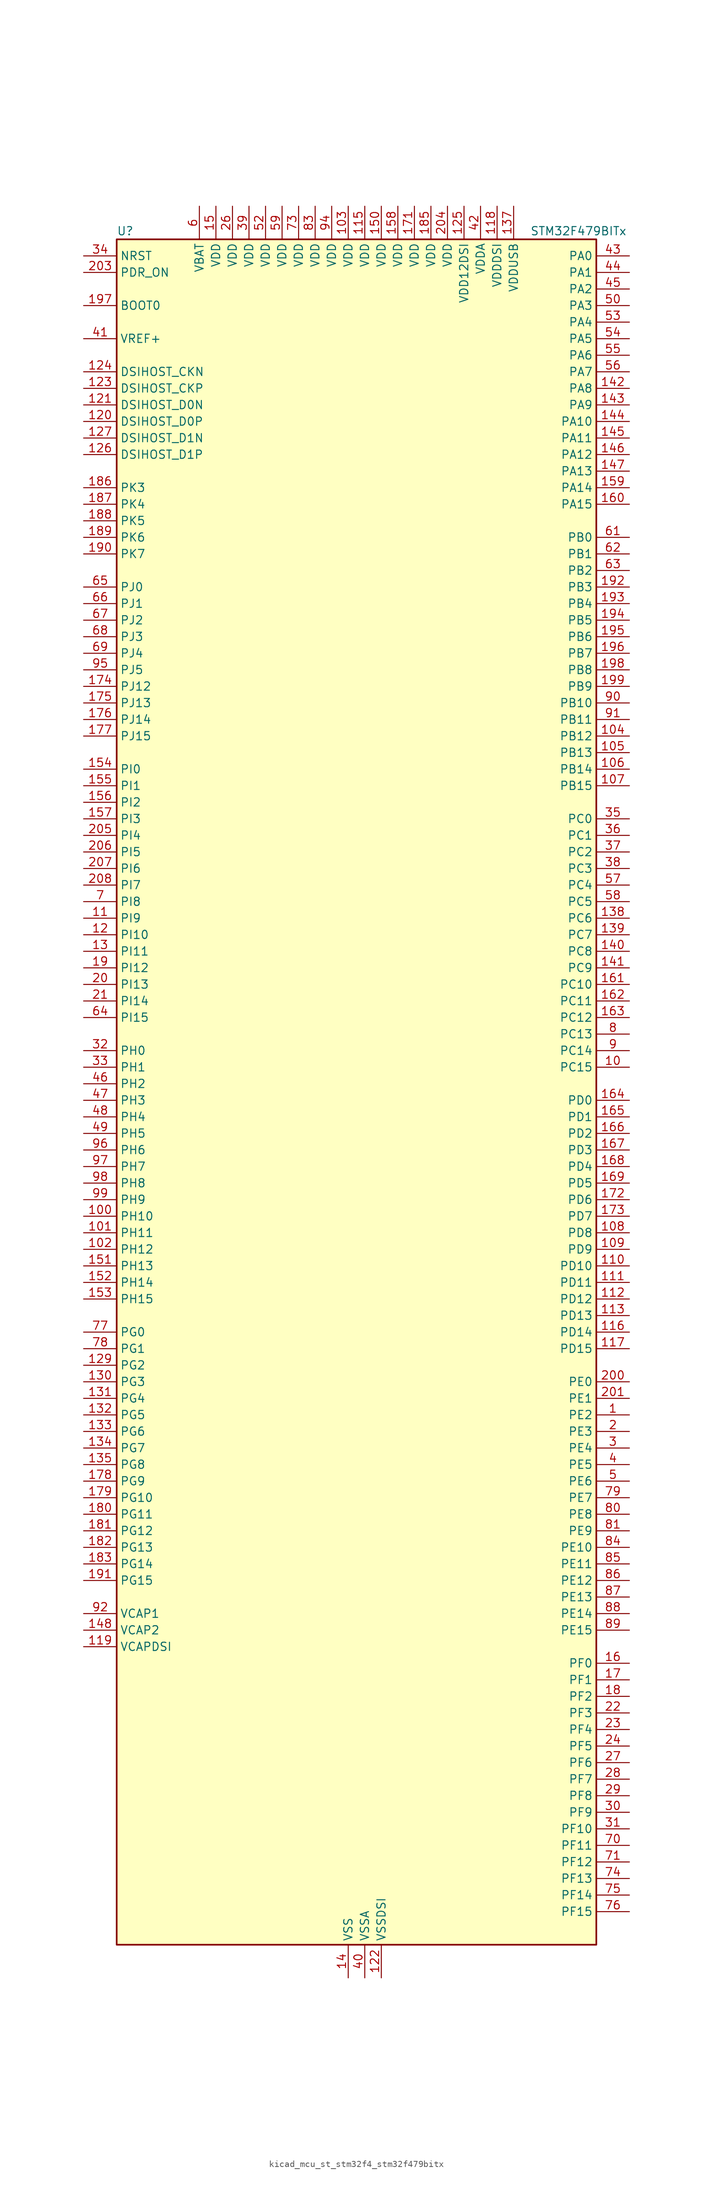
<source format=kicad_sym>
(kicad_symbol_lib
  (version 20220914)
  (generator kicad_symbol_editor)
  (symbol "kicad_mcu_st_stm32f4_stm32f479bitx"
    (property "Reference" "U"
      (at -35.56 133.35 0)
      (effects (font (size 1.27 1.27)) (justify left)))
    (property "Value" "STM32F479BITx"
      (at 27.94 133.35 0)
      (effects (font (size 1.27 1.27)) (justify left)))
    (property "ki_locked" ""
      (at 0 0 0)
      (effects (font (size 1.27 1.27))))
    (symbol "kicad_mcu_st_stm32f4_stm32f479bitx_0_1"
      (rectangle (start -35.56 -129.54) (end 38.1 132.08) (stroke (width 0.254) (type default)) (fill (type background))))
    (symbol "kicad_mcu_st_stm32f4_stm32f479bitx_1_1"
      (pin bidirectional line (at 43.18 -48.26 180) (length 5.08) (name "PE2" (effects (font (size 1.27 1.27)))) (number "1" (effects (font (size 1.27 1.27)))) (alternate "ETH_TXD3" bidirectional line) (alternate "FMC_A23" bidirectional line) (alternate "QUADSPI_BK1_IO2" bidirectional line) (alternate "SAI1_MCLK_A" bidirectional line) (alternate "SPI4_SCK" bidirectional line) (alternate "SYS_TRACECLK" bidirectional line))
      (pin bidirectional line (at 43.18 5.08 180) (length 5.08) (name "PC15" (effects (font (size 1.27 1.27)))) (number "10" (effects (font (size 1.27 1.27)))) (alternate "ADC1_EXTI15" bidirectional line) (alternate "ADC2_EXTI15" bidirectional line) (alternate "ADC3_EXTI15" bidirectional line) (alternate "RCC_OSC32_OUT" bidirectional line))
      (pin bidirectional line (at -40.64 -17.78 0) (length 5.08) (name "PH10" (effects (font (size 1.27 1.27)))) (number "100" (effects (font (size 1.27 1.27)))) (alternate "DCMI_D1" bidirectional line) (alternate "FMC_D18" bidirectional line) (alternate "LTDC_R4" bidirectional line) (alternate "TIM5_CH1" bidirectional line))
      (pin bidirectional line (at -40.64 -20.32 0) (length 5.08) (name "PH11" (effects (font (size 1.27 1.27)))) (number "101" (effects (font (size 1.27 1.27)))) (alternate "ADC1_EXTI11" bidirectional line) (alternate "ADC2_EXTI11" bidirectional line) (alternate "ADC3_EXTI11" bidirectional line) (alternate "DCMI_D2" bidirectional line) (alternate "FMC_D19" bidirectional line) (alternate "LTDC_R5" bidirectional line) (alternate "TIM5_CH2" bidirectional line))
      (pin bidirectional line (at -40.64 -22.86 0) (length 5.08) (name "PH12" (effects (font (size 1.27 1.27)))) (number "102" (effects (font (size 1.27 1.27)))) (alternate "DCMI_D3" bidirectional line) (alternate "FMC_D20" bidirectional line) (alternate "LTDC_R6" bidirectional line) (alternate "TIM5_CH3" bidirectional line))
      (pin power_in line (at 0 137.16 270) (length 5.08) (name "VDD" (effects (font (size 1.27 1.27)))) (number "103" (effects (font (size 1.27 1.27)))))
      (pin bidirectional line (at 43.18 55.88 180) (length 5.08) (name "PB12" (effects (font (size 1.27 1.27)))) (number "104" (effects (font (size 1.27 1.27)))) (alternate "CAN2_RX" bidirectional line) (alternate "ETH_TXD0" bidirectional line) (alternate "I2C2_SMBA" bidirectional line) (alternate "I2S2_WS" bidirectional line) (alternate "SPI2_NSS" bidirectional line) (alternate "TIM1_BKIN" bidirectional line) (alternate "USART3_CK" bidirectional line) (alternate "USB_OTG_HS_ID" bidirectional line) (alternate "USB_OTG_HS_ULPI_D5" bidirectional line))
      (pin bidirectional line (at 43.18 53.34 180) (length 5.08) (name "PB13" (effects (font (size 1.27 1.27)))) (number "105" (effects (font (size 1.27 1.27)))) (alternate "CAN2_TX" bidirectional line) (alternate "ETH_TXD1" bidirectional line) (alternate "I2S2_CK" bidirectional line) (alternate "SPI2_SCK" bidirectional line) (alternate "TIM1_CH1N" bidirectional line) (alternate "USART3_CTS" bidirectional line) (alternate "USB_OTG_HS_ULPI_D6" bidirectional line) (alternate "USB_OTG_HS_VBUS" bidirectional line))
      (pin bidirectional line (at 43.18 50.8 180) (length 5.08) (name "PB14" (effects (font (size 1.27 1.27)))) (number "106" (effects (font (size 1.27 1.27)))) (alternate "I2S2_ext_SD" bidirectional line) (alternate "SPI2_MISO" bidirectional line) (alternate "TIM12_CH1" bidirectional line) (alternate "TIM1_CH2N" bidirectional line) (alternate "TIM8_CH2N" bidirectional line) (alternate "USART3_RTS" bidirectional line) (alternate "USB_OTG_HS_DM" bidirectional line))
      (pin bidirectional line (at 43.18 48.26 180) (length 5.08) (name "PB15" (effects (font (size 1.27 1.27)))) (number "107" (effects (font (size 1.27 1.27)))) (alternate "ADC1_EXTI15" bidirectional line) (alternate "ADC2_EXTI15" bidirectional line) (alternate "ADC3_EXTI15" bidirectional line) (alternate "I2S2_SD" bidirectional line) (alternate "RTC_REFIN" bidirectional line) (alternate "SPI2_MOSI" bidirectional line) (alternate "TIM12_CH2" bidirectional line) (alternate "TIM1_CH3N" bidirectional line) (alternate "TIM8_CH3N" bidirectional line) (alternate "USB_OTG_HS_DP" bidirectional line))
      (pin bidirectional line (at 43.18 -20.32 180) (length 5.08) (name "PD8" (effects (font (size 1.27 1.27)))) (number "108" (effects (font (size 1.27 1.27)))) (alternate "FMC_D13" bidirectional line) (alternate "FMC_DA13" bidirectional line) (alternate "USART3_TX" bidirectional line))
      (pin bidirectional line (at 43.18 -22.86 180) (length 5.08) (name "PD9" (effects (font (size 1.27 1.27)))) (number "109" (effects (font (size 1.27 1.27)))) (alternate "DAC_EXTI9" bidirectional line) (alternate "FMC_D14" bidirectional line) (alternate "FMC_DA14" bidirectional line) (alternate "USART3_RX" bidirectional line))
      (pin bidirectional line (at -40.64 27.94 0) (length 5.08) (name "PI9" (effects (font (size 1.27 1.27)))) (number "11" (effects (font (size 1.27 1.27)))) (alternate "CAN1_RX" bidirectional line) (alternate "DAC_EXTI9" bidirectional line) (alternate "FMC_D30" bidirectional line) (alternate "LTDC_VSYNC" bidirectional line))
      (pin bidirectional line (at 43.18 -25.4 180) (length 5.08) (name "PD10" (effects (font (size 1.27 1.27)))) (number "110" (effects (font (size 1.27 1.27)))) (alternate "FMC_D15" bidirectional line) (alternate "FMC_DA15" bidirectional line) (alternate "LTDC_B3" bidirectional line) (alternate "USART3_CK" bidirectional line))
      (pin bidirectional line (at 43.18 -27.94 180) (length 5.08) (name "PD11" (effects (font (size 1.27 1.27)))) (number "111" (effects (font (size 1.27 1.27)))) (alternate "ADC1_EXTI11" bidirectional line) (alternate "ADC2_EXTI11" bidirectional line) (alternate "ADC3_EXTI11" bidirectional line) (alternate "FMC_A16" bidirectional line) (alternate "FMC_CLE" bidirectional line) (alternate "QUADSPI_BK1_IO0" bidirectional line) (alternate "USART3_CTS" bidirectional line))
      (pin bidirectional line (at 43.18 -30.48 180) (length 5.08) (name "PD12" (effects (font (size 1.27 1.27)))) (number "112" (effects (font (size 1.27 1.27)))) (alternate "FMC_A17" bidirectional line) (alternate "FMC_ALE" bidirectional line) (alternate "QUADSPI_BK1_IO1" bidirectional line) (alternate "TIM4_CH1" bidirectional line) (alternate "USART3_RTS" bidirectional line))
      (pin bidirectional line (at 43.18 -33.02 180) (length 5.08) (name "PD13" (effects (font (size 1.27 1.27)))) (number "113" (effects (font (size 1.27 1.27)))) (alternate "FMC_A18" bidirectional line) (alternate "QUADSPI_BK1_IO3" bidirectional line) (alternate "TIM4_CH2" bidirectional line))
      (pin passive line (at 0 -134.62 90) (length 5.08) hide (name "VSS" (effects (font (size 1.27 1.27)))) (number "114" (effects (font (size 1.27 1.27)))))
      (pin power_in line (at 2.54 137.16 270) (length 5.08) (name "VDD" (effects (font (size 1.27 1.27)))) (number "115" (effects (font (size 1.27 1.27)))))
      (pin bidirectional line (at 43.18 -35.56 180) (length 5.08) (name "PD14" (effects (font (size 1.27 1.27)))) (number "116" (effects (font (size 1.27 1.27)))) (alternate "FMC_D0" bidirectional line) (alternate "FMC_DA0" bidirectional line) (alternate "TIM4_CH3" bidirectional line))
      (pin bidirectional line (at 43.18 -38.1 180) (length 5.08) (name "PD15" (effects (font (size 1.27 1.27)))) (number "117" (effects (font (size 1.27 1.27)))) (alternate "ADC1_EXTI15" bidirectional line) (alternate "ADC2_EXTI15" bidirectional line) (alternate "ADC3_EXTI15" bidirectional line) (alternate "FMC_D1" bidirectional line) (alternate "FMC_DA1" bidirectional line) (alternate "TIM4_CH4" bidirectional line))
      (pin power_in line (at 22.86 137.16 270) (length 5.08) (name "VDDDSI" (effects (font (size 1.27 1.27)))) (number "118" (effects (font (size 1.27 1.27)))))
      (pin power_out line (at -40.64 -83.82 0) (length 5.08) (name "VCAPDSI" (effects (font (size 1.27 1.27)))) (number "119" (effects (font (size 1.27 1.27)))))
      (pin bidirectional line (at -40.64 25.4 0) (length 5.08) (name "PI10" (effects (font (size 1.27 1.27)))) (number "12" (effects (font (size 1.27 1.27)))) (alternate "ETH_RX_ER" bidirectional line) (alternate "FMC_D31" bidirectional line) (alternate "LTDC_HSYNC" bidirectional line))
      (pin bidirectional line (at -40.64 104.14 0) (length 5.08) (name "DSIHOST_D0P" (effects (font (size 1.27 1.27)))) (number "120" (effects (font (size 1.27 1.27)))) (alternate "DSIHOST_D0P" bidirectional line))
      (pin bidirectional line (at -40.64 106.68 0) (length 5.08) (name "DSIHOST_D0N" (effects (font (size 1.27 1.27)))) (number "121" (effects (font (size 1.27 1.27)))) (alternate "DSIHOST_D0N" bidirectional line))
      (pin power_in line (at 5.08 -134.62 90) (length 5.08) (name "VSSDSI" (effects (font (size 1.27 1.27)))) (number "122" (effects (font (size 1.27 1.27)))))
      (pin bidirectional line (at -40.64 109.22 0) (length 5.08) (name "DSIHOST_CKP" (effects (font (size 1.27 1.27)))) (number "123" (effects (font (size 1.27 1.27)))) (alternate "DSIHOST_CKP" bidirectional line))
      (pin bidirectional line (at -40.64 111.76 0) (length 5.08) (name "DSIHOST_CKN" (effects (font (size 1.27 1.27)))) (number "124" (effects (font (size 1.27 1.27)))) (alternate "DSIHOST_CKN" bidirectional line))
      (pin power_in line (at 17.78 137.16 270) (length 5.08) (name "VDD12DSI" (effects (font (size 1.27 1.27)))) (number "125" (effects (font (size 1.27 1.27)))))
      (pin bidirectional line (at -40.64 99.06 0) (length 5.08) (name "DSIHOST_D1P" (effects (font (size 1.27 1.27)))) (number "126" (effects (font (size 1.27 1.27)))) (alternate "DSIHOST_D1P" bidirectional line))
      (pin bidirectional line (at -40.64 101.6 0) (length 5.08) (name "DSIHOST_D1N" (effects (font (size 1.27 1.27)))) (number "127" (effects (font (size 1.27 1.27)))) (alternate "DSIHOST_D1N" bidirectional line))
      (pin passive line (at 5.08 -134.62 90) (length 5.08) hide (name "VSSDSI" (effects (font (size 1.27 1.27)))) (number "128" (effects (font (size 1.27 1.27)))))
      (pin bidirectional line (at -40.64 -40.64 0) (length 5.08) (name "PG2" (effects (font (size 1.27 1.27)))) (number "129" (effects (font (size 1.27 1.27)))) (alternate "FMC_A12" bidirectional line))
      (pin bidirectional line (at -40.64 22.86 0) (length 5.08) (name "PI11" (effects (font (size 1.27 1.27)))) (number "13" (effects (font (size 1.27 1.27)))) (alternate "ADC1_EXTI11" bidirectional line) (alternate "ADC2_EXTI11" bidirectional line) (alternate "ADC3_EXTI11" bidirectional line) (alternate "LTDC_G6" bidirectional line) (alternate "USB_OTG_HS_ULPI_DIR" bidirectional line))
      (pin bidirectional line (at -40.64 -43.18 0) (length 5.08) (name "PG3" (effects (font (size 1.27 1.27)))) (number "130" (effects (font (size 1.27 1.27)))) (alternate "FMC_A13" bidirectional line))
      (pin bidirectional line (at -40.64 -45.72 0) (length 5.08) (name "PG4" (effects (font (size 1.27 1.27)))) (number "131" (effects (font (size 1.27 1.27)))) (alternate "FMC_A14" bidirectional line) (alternate "FMC_BA0" bidirectional line))
      (pin bidirectional line (at -40.64 -48.26 0) (length 5.08) (name "PG5" (effects (font (size 1.27 1.27)))) (number "132" (effects (font (size 1.27 1.27)))) (alternate "FMC_A15" bidirectional line) (alternate "FMC_BA1" bidirectional line))
      (pin bidirectional line (at -40.64 -50.8 0) (length 5.08) (name "PG6" (effects (font (size 1.27 1.27)))) (number "133" (effects (font (size 1.27 1.27)))) (alternate "DCMI_D12" bidirectional line) (alternate "LTDC_R7" bidirectional line))
      (pin bidirectional line (at -40.64 -53.34 0) (length 5.08) (name "PG7" (effects (font (size 1.27 1.27)))) (number "134" (effects (font (size 1.27 1.27)))) (alternate "DCMI_D13" bidirectional line) (alternate "FMC_INT" bidirectional line) (alternate "LTDC_CLK" bidirectional line) (alternate "SAI1_MCLK_A" bidirectional line) (alternate "USART6_CK" bidirectional line))
      (pin bidirectional line (at -40.64 -55.88 0) (length 5.08) (name "PG8" (effects (font (size 1.27 1.27)))) (number "135" (effects (font (size 1.27 1.27)))) (alternate "ETH_PPS_OUT" bidirectional line) (alternate "FMC_SDCLK" bidirectional line) (alternate "LTDC_G7" bidirectional line) (alternate "SPI6_NSS" bidirectional line) (alternate "USART6_RTS" bidirectional line))
      (pin passive line (at 0 -134.62 90) (length 5.08) hide (name "VSS" (effects (font (size 1.27 1.27)))) (number "136" (effects (font (size 1.27 1.27)))))
      (pin power_in line (at 25.4 137.16 270) (length 5.08) (name "VDDUSB" (effects (font (size 1.27 1.27)))) (number "137" (effects (font (size 1.27 1.27)))))
      (pin bidirectional line (at 43.18 27.94 180) (length 5.08) (name "PC6" (effects (font (size 1.27 1.27)))) (number "138" (effects (font (size 1.27 1.27)))) (alternate "DCMI_D0" bidirectional line) (alternate "I2S2_MCK" bidirectional line) (alternate "LTDC_HSYNC" bidirectional line) (alternate "SDIO_D6" bidirectional line) (alternate "TIM3_CH1" bidirectional line) (alternate "TIM8_CH1" bidirectional line) (alternate "USART6_TX" bidirectional line))
      (pin bidirectional line (at 43.18 25.4 180) (length 5.08) (name "PC7" (effects (font (size 1.27 1.27)))) (number "139" (effects (font (size 1.27 1.27)))) (alternate "DCMI_D1" bidirectional line) (alternate "I2S3_MCK" bidirectional line) (alternate "LTDC_G6" bidirectional line) (alternate "SDIO_D7" bidirectional line) (alternate "TIM3_CH2" bidirectional line) (alternate "TIM8_CH2" bidirectional line) (alternate "USART6_RX" bidirectional line))
      (pin power_in line (at 0 -134.62 90) (length 5.08) (name "VSS" (effects (font (size 1.27 1.27)))) (number "14" (effects (font (size 1.27 1.27)))))
      (pin bidirectional line (at 43.18 22.86 180) (length 5.08) (name "PC8" (effects (font (size 1.27 1.27)))) (number "140" (effects (font (size 1.27 1.27)))) (alternate "DCMI_D2" bidirectional line) (alternate "SDIO_D0" bidirectional line) (alternate "SYS_TRACED1" bidirectional line) (alternate "TIM3_CH3" bidirectional line) (alternate "TIM8_CH3" bidirectional line) (alternate "USART6_CK" bidirectional line))
      (pin bidirectional line (at 43.18 20.32 180) (length 5.08) (name "PC9" (effects (font (size 1.27 1.27)))) (number "141" (effects (font (size 1.27 1.27)))) (alternate "DAC_EXTI9" bidirectional line) (alternate "DCMI_D3" bidirectional line) (alternate "I2C3_SDA" bidirectional line) (alternate "I2S_CKIN" bidirectional line) (alternate "QUADSPI_BK1_IO0" bidirectional line) (alternate "RCC_MCO_2" bidirectional line) (alternate "SDIO_D1" bidirectional line) (alternate "TIM3_CH4" bidirectional line) (alternate "TIM8_CH4" bidirectional line))
      (pin bidirectional line (at 43.18 109.22 180) (length 5.08) (name "PA8" (effects (font (size 1.27 1.27)))) (number "142" (effects (font (size 1.27 1.27)))) (alternate "I2C3_SCL" bidirectional line) (alternate "LTDC_R6" bidirectional line) (alternate "RCC_MCO_1" bidirectional line) (alternate "TIM1_CH1" bidirectional line) (alternate "USART1_CK" bidirectional line) (alternate "USB_OTG_FS_SOF" bidirectional line))
      (pin bidirectional line (at 43.18 106.68 180) (length 5.08) (name "PA9" (effects (font (size 1.27 1.27)))) (number "143" (effects (font (size 1.27 1.27)))) (alternate "DAC_EXTI9" bidirectional line) (alternate "DCMI_D0" bidirectional line) (alternate "I2C3_SMBA" bidirectional line) (alternate "I2S2_CK" bidirectional line) (alternate "SPI2_SCK" bidirectional line) (alternate "TIM1_CH2" bidirectional line) (alternate "USART1_TX" bidirectional line) (alternate "USB_OTG_FS_VBUS" bidirectional line))
      (pin bidirectional line (at 43.18 104.14 180) (length 5.08) (name "PA10" (effects (font (size 1.27 1.27)))) (number "144" (effects (font (size 1.27 1.27)))) (alternate "DCMI_D1" bidirectional line) (alternate "TIM1_CH3" bidirectional line) (alternate "USART1_RX" bidirectional line) (alternate "USB_OTG_FS_ID" bidirectional line))
      (pin bidirectional line (at 43.18 101.6 180) (length 5.08) (name "PA11" (effects (font (size 1.27 1.27)))) (number "145" (effects (font (size 1.27 1.27)))) (alternate "ADC1_EXTI11" bidirectional line) (alternate "ADC2_EXTI11" bidirectional line) (alternate "ADC3_EXTI11" bidirectional line) (alternate "CAN1_RX" bidirectional line) (alternate "LTDC_R4" bidirectional line) (alternate "TIM1_CH4" bidirectional line) (alternate "USART1_CTS" bidirectional line) (alternate "USB_OTG_FS_DM" bidirectional line))
      (pin bidirectional line (at 43.18 99.06 180) (length 5.08) (name "PA12" (effects (font (size 1.27 1.27)))) (number "146" (effects (font (size 1.27 1.27)))) (alternate "CAN1_TX" bidirectional line) (alternate "LTDC_R5" bidirectional line) (alternate "TIM1_ETR" bidirectional line) (alternate "USART1_RTS" bidirectional line) (alternate "USB_OTG_FS_DP" bidirectional line))
      (pin bidirectional line (at 43.18 96.52 180) (length 5.08) (name "PA13" (effects (font (size 1.27 1.27)))) (number "147" (effects (font (size 1.27 1.27)))) (alternate "SYS_JTMS-SWDIO" bidirectional line))
      (pin power_out line (at -40.64 -81.28 0) (length 5.08) (name "VCAP2" (effects (font (size 1.27 1.27)))) (number "148" (effects (font (size 1.27 1.27)))))
      (pin passive line (at 0 -134.62 90) (length 5.08) hide (name "VSS" (effects (font (size 1.27 1.27)))) (number "149" (effects (font (size 1.27 1.27)))))
      (pin power_in line (at -20.32 137.16 270) (length 5.08) (name "VDD" (effects (font (size 1.27 1.27)))) (number "15" (effects (font (size 1.27 1.27)))))
      (pin power_in line (at 5.08 137.16 270) (length 5.08) (name "VDD" (effects (font (size 1.27 1.27)))) (number "150" (effects (font (size 1.27 1.27)))))
      (pin bidirectional line (at -40.64 -25.4 0) (length 5.08) (name "PH13" (effects (font (size 1.27 1.27)))) (number "151" (effects (font (size 1.27 1.27)))) (alternate "CAN1_TX" bidirectional line) (alternate "FMC_D21" bidirectional line) (alternate "LTDC_G2" bidirectional line) (alternate "TIM8_CH1N" bidirectional line))
      (pin bidirectional line (at -40.64 -27.94 0) (length 5.08) (name "PH14" (effects (font (size 1.27 1.27)))) (number "152" (effects (font (size 1.27 1.27)))) (alternate "DCMI_D4" bidirectional line) (alternate "FMC_D22" bidirectional line) (alternate "LTDC_G3" bidirectional line) (alternate "TIM8_CH2N" bidirectional line))
      (pin bidirectional line (at -40.64 -30.48 0) (length 5.08) (name "PH15" (effects (font (size 1.27 1.27)))) (number "153" (effects (font (size 1.27 1.27)))) (alternate "ADC1_EXTI15" bidirectional line) (alternate "ADC2_EXTI15" bidirectional line) (alternate "ADC3_EXTI15" bidirectional line) (alternate "DCMI_D11" bidirectional line) (alternate "FMC_D23" bidirectional line) (alternate "LTDC_G4" bidirectional line) (alternate "TIM8_CH3N" bidirectional line))
      (pin bidirectional line (at -40.64 50.8 0) (length 5.08) (name "PI0" (effects (font (size 1.27 1.27)))) (number "154" (effects (font (size 1.27 1.27)))) (alternate "DCMI_D13" bidirectional line) (alternate "FMC_D24" bidirectional line) (alternate "I2S2_WS" bidirectional line) (alternate "LTDC_G5" bidirectional line) (alternate "SPI2_NSS" bidirectional line) (alternate "TIM5_CH4" bidirectional line))
      (pin bidirectional line (at -40.64 48.26 0) (length 5.08) (name "PI1" (effects (font (size 1.27 1.27)))) (number "155" (effects (font (size 1.27 1.27)))) (alternate "DCMI_D8" bidirectional line) (alternate "FMC_D25" bidirectional line) (alternate "I2S2_CK" bidirectional line) (alternate "LTDC_G6" bidirectional line) (alternate "SPI2_SCK" bidirectional line))
      (pin bidirectional line (at -40.64 45.72 0) (length 5.08) (name "PI2" (effects (font (size 1.27 1.27)))) (number "156" (effects (font (size 1.27 1.27)))) (alternate "DCMI_D9" bidirectional line) (alternate "FMC_D26" bidirectional line) (alternate "I2S2_ext_SD" bidirectional line) (alternate "LTDC_G7" bidirectional line) (alternate "SPI2_MISO" bidirectional line) (alternate "TIM8_CH4" bidirectional line))
      (pin bidirectional line (at -40.64 43.18 0) (length 5.08) (name "PI3" (effects (font (size 1.27 1.27)))) (number "157" (effects (font (size 1.27 1.27)))) (alternate "DCMI_D10" bidirectional line) (alternate "FMC_D27" bidirectional line) (alternate "I2S2_SD" bidirectional line) (alternate "SPI2_MOSI" bidirectional line) (alternate "TIM8_ETR" bidirectional line))
      (pin power_in line (at 7.62 137.16 270) (length 5.08) (name "VDD" (effects (font (size 1.27 1.27)))) (number "158" (effects (font (size 1.27 1.27)))))
      (pin bidirectional line (at 43.18 93.98 180) (length 5.08) (name "PA14" (effects (font (size 1.27 1.27)))) (number "159" (effects (font (size 1.27 1.27)))) (alternate "SYS_JTCK-SWCLK" bidirectional line))
      (pin bidirectional line (at 43.18 -86.36 180) (length 5.08) (name "PF0" (effects (font (size 1.27 1.27)))) (number "16" (effects (font (size 1.27 1.27)))) (alternate "FMC_A0" bidirectional line) (alternate "I2C2_SDA" bidirectional line))
      (pin bidirectional line (at 43.18 91.44 180) (length 5.08) (name "PA15" (effects (font (size 1.27 1.27)))) (number "160" (effects (font (size 1.27 1.27)))) (alternate "ADC1_EXTI15" bidirectional line) (alternate "ADC2_EXTI15" bidirectional line) (alternate "ADC3_EXTI15" bidirectional line) (alternate "I2S3_WS" bidirectional line) (alternate "SPI1_NSS" bidirectional line) (alternate "SPI3_NSS" bidirectional line) (alternate "SYS_JTDI" bidirectional line) (alternate "TIM2_CH1" bidirectional line) (alternate "TIM2_ETR" bidirectional line))
      (pin bidirectional line (at 43.18 17.78 180) (length 5.08) (name "PC10" (effects (font (size 1.27 1.27)))) (number "161" (effects (font (size 1.27 1.27)))) (alternate "DCMI_D8" bidirectional line) (alternate "I2S3_CK" bidirectional line) (alternate "LTDC_R2" bidirectional line) (alternate "QUADSPI_BK1_IO1" bidirectional line) (alternate "SDIO_D2" bidirectional line) (alternate "SPI3_SCK" bidirectional line) (alternate "UART4_TX" bidirectional line) (alternate "USART3_TX" bidirectional line))
      (pin bidirectional line (at 43.18 15.24 180) (length 5.08) (name "PC11" (effects (font (size 1.27 1.27)))) (number "162" (effects (font (size 1.27 1.27)))) (alternate "ADC1_EXTI11" bidirectional line) (alternate "ADC2_EXTI11" bidirectional line) (alternate "ADC3_EXTI11" bidirectional line) (alternate "DCMI_D4" bidirectional line) (alternate "I2S3_ext_SD" bidirectional line) (alternate "QUADSPI_BK2_NCS" bidirectional line) (alternate "SDIO_D3" bidirectional line) (alternate "SPI3_MISO" bidirectional line) (alternate "UART4_RX" bidirectional line) (alternate "USART3_RX" bidirectional line))
      (pin bidirectional line (at 43.18 12.7 180) (length 5.08) (name "PC12" (effects (font (size 1.27 1.27)))) (number "163" (effects (font (size 1.27 1.27)))) (alternate "DCMI_D9" bidirectional line) (alternate "I2S3_SD" bidirectional line) (alternate "SDIO_CK" bidirectional line) (alternate "SPI3_MOSI" bidirectional line) (alternate "SYS_TRACED3" bidirectional line) (alternate "UART5_TX" bidirectional line) (alternate "USART3_CK" bidirectional line))
      (pin bidirectional line (at 43.18 0 180) (length 5.08) (name "PD0" (effects (font (size 1.27 1.27)))) (number "164" (effects (font (size 1.27 1.27)))) (alternate "CAN1_RX" bidirectional line) (alternate "FMC_D2" bidirectional line) (alternate "FMC_DA2" bidirectional line))
      (pin bidirectional line (at 43.18 -2.54 180) (length 5.08) (name "PD1" (effects (font (size 1.27 1.27)))) (number "165" (effects (font (size 1.27 1.27)))) (alternate "CAN1_TX" bidirectional line) (alternate "FMC_D3" bidirectional line) (alternate "FMC_DA3" bidirectional line))
      (pin bidirectional line (at 43.18 -5.08 180) (length 5.08) (name "PD2" (effects (font (size 1.27 1.27)))) (number "166" (effects (font (size 1.27 1.27)))) (alternate "DCMI_D11" bidirectional line) (alternate "SDIO_CMD" bidirectional line) (alternate "SYS_TRACED2" bidirectional line) (alternate "TIM3_ETR" bidirectional line) (alternate "UART5_RX" bidirectional line))
      (pin bidirectional line (at 43.18 -7.62 180) (length 5.08) (name "PD3" (effects (font (size 1.27 1.27)))) (number "167" (effects (font (size 1.27 1.27)))) (alternate "DCMI_D5" bidirectional line) (alternate "FMC_CLK" bidirectional line) (alternate "I2S2_CK" bidirectional line) (alternate "LTDC_G7" bidirectional line) (alternate "SPI2_SCK" bidirectional line) (alternate "USART2_CTS" bidirectional line))
      (pin bidirectional line (at 43.18 -10.16 180) (length 5.08) (name "PD4" (effects (font (size 1.27 1.27)))) (number "168" (effects (font (size 1.27 1.27)))) (alternate "FMC_NOE" bidirectional line) (alternate "USART2_RTS" bidirectional line))
      (pin bidirectional line (at 43.18 -12.7 180) (length 5.08) (name "PD5" (effects (font (size 1.27 1.27)))) (number "169" (effects (font (size 1.27 1.27)))) (alternate "FMC_NWE" bidirectional line) (alternate "USART2_TX" bidirectional line))
      (pin bidirectional line (at 43.18 -88.9 180) (length 5.08) (name "PF1" (effects (font (size 1.27 1.27)))) (number "17" (effects (font (size 1.27 1.27)))) (alternate "FMC_A1" bidirectional line) (alternate "I2C2_SCL" bidirectional line))
      (pin passive line (at 0 -134.62 90) (length 5.08) hide (name "VSS" (effects (font (size 1.27 1.27)))) (number "170" (effects (font (size 1.27 1.27)))))
      (pin power_in line (at 10.16 137.16 270) (length 5.08) (name "VDD" (effects (font (size 1.27 1.27)))) (number "171" (effects (font (size 1.27 1.27)))))
      (pin bidirectional line (at 43.18 -15.24 180) (length 5.08) (name "PD6" (effects (font (size 1.27 1.27)))) (number "172" (effects (font (size 1.27 1.27)))) (alternate "DCMI_D10" bidirectional line) (alternate "FMC_NWAIT" bidirectional line) (alternate "I2S3_SD" bidirectional line) (alternate "LTDC_B2" bidirectional line) (alternate "SAI1_SD_A" bidirectional line) (alternate "SPI3_MOSI" bidirectional line) (alternate "USART2_RX" bidirectional line))
      (pin bidirectional line (at 43.18 -17.78 180) (length 5.08) (name "PD7" (effects (font (size 1.27 1.27)))) (number "173" (effects (font (size 1.27 1.27)))) (alternate "FMC_NE1" bidirectional line) (alternate "USART2_CK" bidirectional line))
      (pin bidirectional line (at -40.64 63.5 0) (length 5.08) (name "PJ12" (effects (font (size 1.27 1.27)))) (number "174" (effects (font (size 1.27 1.27)))) (alternate "LTDC_B0" bidirectional line) (alternate "LTDC_G3" bidirectional line))
      (pin bidirectional line (at -40.64 60.96 0) (length 5.08) (name "PJ13" (effects (font (size 1.27 1.27)))) (number "175" (effects (font (size 1.27 1.27)))) (alternate "LTDC_B1" bidirectional line) (alternate "LTDC_G4" bidirectional line))
      (pin bidirectional line (at -40.64 58.42 0) (length 5.08) (name "PJ14" (effects (font (size 1.27 1.27)))) (number "176" (effects (font (size 1.27 1.27)))) (alternate "LTDC_B2" bidirectional line))
      (pin bidirectional line (at -40.64 55.88 0) (length 5.08) (name "PJ15" (effects (font (size 1.27 1.27)))) (number "177" (effects (font (size 1.27 1.27)))) (alternate "ADC1_EXTI15" bidirectional line) (alternate "ADC2_EXTI15" bidirectional line) (alternate "ADC3_EXTI15" bidirectional line) (alternate "LTDC_B3" bidirectional line))
      (pin bidirectional line (at -40.64 -58.42 0) (length 5.08) (name "PG9" (effects (font (size 1.27 1.27)))) (number "178" (effects (font (size 1.27 1.27)))) (alternate "DAC_EXTI9" bidirectional line) (alternate "DCMI_VSYNC" bidirectional line) (alternate "FMC_NCE" bidirectional line) (alternate "FMC_NE2" bidirectional line) (alternate "QUADSPI_BK2_IO2" bidirectional line) (alternate "USART6_RX" bidirectional line))
      (pin bidirectional line (at -40.64 -60.96 0) (length 5.08) (name "PG10" (effects (font (size 1.27 1.27)))) (number "179" (effects (font (size 1.27 1.27)))) (alternate "DCMI_D2" bidirectional line) (alternate "FMC_NE3" bidirectional line) (alternate "LTDC_B2" bidirectional line) (alternate "LTDC_G3" bidirectional line))
      (pin bidirectional line (at 43.18 -91.44 180) (length 5.08) (name "PF2" (effects (font (size 1.27 1.27)))) (number "18" (effects (font (size 1.27 1.27)))) (alternate "FMC_A2" bidirectional line) (alternate "I2C2_SMBA" bidirectional line))
      (pin bidirectional line (at -40.64 -63.5 0) (length 5.08) (name "PG11" (effects (font (size 1.27 1.27)))) (number "180" (effects (font (size 1.27 1.27)))) (alternate "ADC1_EXTI11" bidirectional line) (alternate "ADC2_EXTI11" bidirectional line) (alternate "ADC3_EXTI11" bidirectional line) (alternate "DCMI_D3" bidirectional line) (alternate "ETH_TX_EN" bidirectional line) (alternate "LTDC_B3" bidirectional line))
      (pin bidirectional line (at -40.64 -66.04 0) (length 5.08) (name "PG12" (effects (font (size 1.27 1.27)))) (number "181" (effects (font (size 1.27 1.27)))) (alternate "FMC_NE4" bidirectional line) (alternate "LTDC_B1" bidirectional line) (alternate "LTDC_B4" bidirectional line) (alternate "SPI6_MISO" bidirectional line) (alternate "USART6_RTS" bidirectional line))
      (pin bidirectional line (at -40.64 -68.58 0) (length 5.08) (name "PG13" (effects (font (size 1.27 1.27)))) (number "182" (effects (font (size 1.27 1.27)))) (alternate "ETH_TXD0" bidirectional line) (alternate "FMC_A24" bidirectional line) (alternate "LTDC_R0" bidirectional line) (alternate "SPI6_SCK" bidirectional line) (alternate "SYS_TRACED0" bidirectional line) (alternate "USART6_CTS" bidirectional line))
      (pin bidirectional line (at -40.64 -71.12 0) (length 5.08) (name "PG14" (effects (font (size 1.27 1.27)))) (number "183" (effects (font (size 1.27 1.27)))) (alternate "ETH_TXD1" bidirectional line) (alternate "FMC_A25" bidirectional line) (alternate "LTDC_B0" bidirectional line) (alternate "QUADSPI_BK2_IO3" bidirectional line) (alternate "SPI6_MOSI" bidirectional line) (alternate "SYS_TRACED1" bidirectional line) (alternate "USART6_TX" bidirectional line))
      (pin passive line (at 0 -134.62 90) (length 5.08) hide (name "VSS" (effects (font (size 1.27 1.27)))) (number "184" (effects (font (size 1.27 1.27)))))
      (pin power_in line (at 12.7 137.16 270) (length 5.08) (name "VDD" (effects (font (size 1.27 1.27)))) (number "185" (effects (font (size 1.27 1.27)))))
      (pin bidirectional line (at -40.64 93.98 0) (length 5.08) (name "PK3" (effects (font (size 1.27 1.27)))) (number "186" (effects (font (size 1.27 1.27)))) (alternate "LTDC_B4" bidirectional line))
      (pin bidirectional line (at -40.64 91.44 0) (length 5.08) (name "PK4" (effects (font (size 1.27 1.27)))) (number "187" (effects (font (size 1.27 1.27)))) (alternate "LTDC_B5" bidirectional line))
      (pin bidirectional line (at -40.64 88.9 0) (length 5.08) (name "PK5" (effects (font (size 1.27 1.27)))) (number "188" (effects (font (size 1.27 1.27)))) (alternate "LTDC_B6" bidirectional line))
      (pin bidirectional line (at -40.64 86.36 0) (length 5.08) (name "PK6" (effects (font (size 1.27 1.27)))) (number "189" (effects (font (size 1.27 1.27)))) (alternate "LTDC_B7" bidirectional line))
      (pin bidirectional line (at -40.64 20.32 0) (length 5.08) (name "PI12" (effects (font (size 1.27 1.27)))) (number "19" (effects (font (size 1.27 1.27)))) (alternate "LTDC_HSYNC" bidirectional line))
      (pin bidirectional line (at -40.64 83.82 0) (length 5.08) (name "PK7" (effects (font (size 1.27 1.27)))) (number "190" (effects (font (size 1.27 1.27)))) (alternate "LTDC_DE" bidirectional line))
      (pin bidirectional line (at -40.64 -73.66 0) (length 5.08) (name "PG15" (effects (font (size 1.27 1.27)))) (number "191" (effects (font (size 1.27 1.27)))) (alternate "ADC1_EXTI15" bidirectional line) (alternate "ADC2_EXTI15" bidirectional line) (alternate "ADC3_EXTI15" bidirectional line) (alternate "DCMI_D13" bidirectional line) (alternate "FMC_SDNCAS" bidirectional line) (alternate "USART6_CTS" bidirectional line))
      (pin bidirectional line (at 43.18 78.74 180) (length 5.08) (name "PB3" (effects (font (size 1.27 1.27)))) (number "192" (effects (font (size 1.27 1.27)))) (alternate "I2S3_CK" bidirectional line) (alternate "SPI1_SCK" bidirectional line) (alternate "SPI3_SCK" bidirectional line) (alternate "SYS_JTDO-SWO" bidirectional line) (alternate "TIM2_CH2" bidirectional line))
      (pin bidirectional line (at 43.18 76.2 180) (length 5.08) (name "PB4" (effects (font (size 1.27 1.27)))) (number "193" (effects (font (size 1.27 1.27)))) (alternate "I2S3_ext_SD" bidirectional line) (alternate "SPI1_MISO" bidirectional line) (alternate "SPI3_MISO" bidirectional line) (alternate "SYS_JTRST" bidirectional line) (alternate "TIM3_CH1" bidirectional line))
      (pin bidirectional line (at 43.18 73.66 180) (length 5.08) (name "PB5" (effects (font (size 1.27 1.27)))) (number "194" (effects (font (size 1.27 1.27)))) (alternate "CAN2_RX" bidirectional line) (alternate "DCMI_D10" bidirectional line) (alternate "ETH_PPS_OUT" bidirectional line) (alternate "FMC_SDCKE1" bidirectional line) (alternate "I2C1_SMBA" bidirectional line) (alternate "I2S3_SD" bidirectional line) (alternate "LTDC_G7" bidirectional line) (alternate "SPI1_MOSI" bidirectional line) (alternate "SPI3_MOSI" bidirectional line) (alternate "TIM3_CH2" bidirectional line) (alternate "USB_OTG_HS_ULPI_D7" bidirectional line))
      (pin bidirectional line (at 43.18 71.12 180) (length 5.08) (name "PB6" (effects (font (size 1.27 1.27)))) (number "195" (effects (font (size 1.27 1.27)))) (alternate "CAN2_TX" bidirectional line) (alternate "DCMI_D5" bidirectional line) (alternate "FMC_SDNE1" bidirectional line) (alternate "I2C1_SCL" bidirectional line) (alternate "QUADSPI_BK1_NCS" bidirectional line) (alternate "TIM4_CH1" bidirectional line) (alternate "USART1_TX" bidirectional line))
      (pin bidirectional line (at 43.18 68.58 180) (length 5.08) (name "PB7" (effects (font (size 1.27 1.27)))) (number "196" (effects (font (size 1.27 1.27)))) (alternate "DCMI_VSYNC" bidirectional line) (alternate "FMC_NL" bidirectional line) (alternate "I2C1_SDA" bidirectional line) (alternate "TIM4_CH2" bidirectional line) (alternate "USART1_RX" bidirectional line))
      (pin input line (at -40.64 121.92 0) (length 5.08) (name "BOOT0" (effects (font (size 1.27 1.27)))) (number "197" (effects (font (size 1.27 1.27)))))
      (pin bidirectional line (at 43.18 66.04 180) (length 5.08) (name "PB8" (effects (font (size 1.27 1.27)))) (number "198" (effects (font (size 1.27 1.27)))) (alternate "CAN1_RX" bidirectional line) (alternate "DCMI_D6" bidirectional line) (alternate "ETH_TXD3" bidirectional line) (alternate "I2C1_SCL" bidirectional line) (alternate "LTDC_B6" bidirectional line) (alternate "SDIO_D4" bidirectional line) (alternate "TIM10_CH1" bidirectional line) (alternate "TIM4_CH3" bidirectional line))
      (pin bidirectional line (at 43.18 63.5 180) (length 5.08) (name "PB9" (effects (font (size 1.27 1.27)))) (number "199" (effects (font (size 1.27 1.27)))) (alternate "CAN1_TX" bidirectional line) (alternate "DAC_EXTI9" bidirectional line) (alternate "DCMI_D7" bidirectional line) (alternate "I2C1_SDA" bidirectional line) (alternate "I2S2_WS" bidirectional line) (alternate "LTDC_B7" bidirectional line) (alternate "SDIO_D5" bidirectional line) (alternate "SPI2_NSS" bidirectional line) (alternate "TIM11_CH1" bidirectional line) (alternate "TIM4_CH4" bidirectional line))
      (pin bidirectional line (at 43.18 -50.8 180) (length 5.08) (name "PE3" (effects (font (size 1.27 1.27)))) (number "2" (effects (font (size 1.27 1.27)))) (alternate "FMC_A19" bidirectional line) (alternate "SAI1_SD_B" bidirectional line) (alternate "SYS_TRACED0" bidirectional line))
      (pin bidirectional line (at -40.64 17.78 0) (length 5.08) (name "PI13" (effects (font (size 1.27 1.27)))) (number "20" (effects (font (size 1.27 1.27)))) (alternate "LTDC_VSYNC" bidirectional line))
      (pin bidirectional line (at 43.18 -43.18 180) (length 5.08) (name "PE0" (effects (font (size 1.27 1.27)))) (number "200" (effects (font (size 1.27 1.27)))) (alternate "DCMI_D2" bidirectional line) (alternate "FMC_NBL0" bidirectional line) (alternate "TIM4_ETR" bidirectional line) (alternate "UART8_RX" bidirectional line))
      (pin bidirectional line (at 43.18 -45.72 180) (length 5.08) (name "PE1" (effects (font (size 1.27 1.27)))) (number "201" (effects (font (size 1.27 1.27)))) (alternate "DCMI_D3" bidirectional line) (alternate "FMC_NBL1" bidirectional line) (alternate "UART8_TX" bidirectional line))
      (pin passive line (at 0 -134.62 90) (length 5.08) hide (name "VSS" (effects (font (size 1.27 1.27)))) (number "202" (effects (font (size 1.27 1.27)))))
      (pin input line (at -40.64 127 0) (length 5.08) (name "PDR_ON" (effects (font (size 1.27 1.27)))) (number "203" (effects (font (size 1.27 1.27)))))
      (pin power_in line (at 15.24 137.16 270) (length 5.08) (name "VDD" (effects (font (size 1.27 1.27)))) (number "204" (effects (font (size 1.27 1.27)))))
      (pin bidirectional line (at -40.64 40.64 0) (length 5.08) (name "PI4" (effects (font (size 1.27 1.27)))) (number "205" (effects (font (size 1.27 1.27)))) (alternate "DCMI_D5" bidirectional line) (alternate "FMC_NBL2" bidirectional line) (alternate "LTDC_B4" bidirectional line) (alternate "TIM8_BKIN" bidirectional line))
      (pin bidirectional line (at -40.64 38.1 0) (length 5.08) (name "PI5" (effects (font (size 1.27 1.27)))) (number "206" (effects (font (size 1.27 1.27)))) (alternate "DCMI_VSYNC" bidirectional line) (alternate "FMC_NBL3" bidirectional line) (alternate "LTDC_B5" bidirectional line) (alternate "TIM8_CH1" bidirectional line))
      (pin bidirectional line (at -40.64 35.56 0) (length 5.08) (name "PI6" (effects (font (size 1.27 1.27)))) (number "207" (effects (font (size 1.27 1.27)))) (alternate "DCMI_D6" bidirectional line) (alternate "FMC_D28" bidirectional line) (alternate "LTDC_B6" bidirectional line) (alternate "TIM8_CH2" bidirectional line))
      (pin bidirectional line (at -40.64 33.02 0) (length 5.08) (name "PI7" (effects (font (size 1.27 1.27)))) (number "208" (effects (font (size 1.27 1.27)))) (alternate "DCMI_D7" bidirectional line) (alternate "FMC_D29" bidirectional line) (alternate "LTDC_B7" bidirectional line) (alternate "TIM8_CH3" bidirectional line))
      (pin bidirectional line (at -40.64 15.24 0) (length 5.08) (name "PI14" (effects (font (size 1.27 1.27)))) (number "21" (effects (font (size 1.27 1.27)))) (alternate "LTDC_CLK" bidirectional line))
      (pin bidirectional line (at 43.18 -93.98 180) (length 5.08) (name "PF3" (effects (font (size 1.27 1.27)))) (number "22" (effects (font (size 1.27 1.27)))) (alternate "ADC3_IN9" bidirectional line) (alternate "FMC_A3" bidirectional line))
      (pin bidirectional line (at 43.18 -96.52 180) (length 5.08) (name "PF4" (effects (font (size 1.27 1.27)))) (number "23" (effects (font (size 1.27 1.27)))) (alternate "ADC3_IN14" bidirectional line) (alternate "FMC_A4" bidirectional line))
      (pin bidirectional line (at 43.18 -99.06 180) (length 5.08) (name "PF5" (effects (font (size 1.27 1.27)))) (number "24" (effects (font (size 1.27 1.27)))) (alternate "ADC3_IN15" bidirectional line) (alternate "FMC_A5" bidirectional line))
      (pin passive line (at 0 -134.62 90) (length 5.08) hide (name "VSS" (effects (font (size 1.27 1.27)))) (number "25" (effects (font (size 1.27 1.27)))))
      (pin power_in line (at -17.78 137.16 270) (length 5.08) (name "VDD" (effects (font (size 1.27 1.27)))) (number "26" (effects (font (size 1.27 1.27)))))
      (pin bidirectional line (at 43.18 -101.6 180) (length 5.08) (name "PF6" (effects (font (size 1.27 1.27)))) (number "27" (effects (font (size 1.27 1.27)))) (alternate "ADC3_IN4" bidirectional line) (alternate "QUADSPI_BK1_IO3" bidirectional line) (alternate "SAI1_SD_B" bidirectional line) (alternate "SPI5_NSS" bidirectional line) (alternate "TIM10_CH1" bidirectional line) (alternate "UART7_RX" bidirectional line))
      (pin bidirectional line (at 43.18 -104.14 180) (length 5.08) (name "PF7" (effects (font (size 1.27 1.27)))) (number "28" (effects (font (size 1.27 1.27)))) (alternate "ADC3_IN5" bidirectional line) (alternate "QUADSPI_BK1_IO2" bidirectional line) (alternate "SAI1_MCLK_B" bidirectional line) (alternate "SPI5_SCK" bidirectional line) (alternate "TIM11_CH1" bidirectional line) (alternate "UART7_TX" bidirectional line))
      (pin bidirectional line (at 43.18 -106.68 180) (length 5.08) (name "PF8" (effects (font (size 1.27 1.27)))) (number "29" (effects (font (size 1.27 1.27)))) (alternate "ADC3_IN6" bidirectional line) (alternate "QUADSPI_BK1_IO0" bidirectional line) (alternate "SAI1_SCK_B" bidirectional line) (alternate "SPI5_MISO" bidirectional line) (alternate "TIM13_CH1" bidirectional line))
      (pin bidirectional line (at 43.18 -53.34 180) (length 5.08) (name "PE4" (effects (font (size 1.27 1.27)))) (number "3" (effects (font (size 1.27 1.27)))) (alternate "DCMI_D4" bidirectional line) (alternate "FMC_A20" bidirectional line) (alternate "LTDC_B0" bidirectional line) (alternate "SAI1_FS_A" bidirectional line) (alternate "SPI4_NSS" bidirectional line) (alternate "SYS_TRACED1" bidirectional line))
      (pin bidirectional line (at 43.18 -109.22 180) (length 5.08) (name "PF9" (effects (font (size 1.27 1.27)))) (number "30" (effects (font (size 1.27 1.27)))) (alternate "ADC3_IN7" bidirectional line) (alternate "DAC_EXTI9" bidirectional line) (alternate "QUADSPI_BK1_IO1" bidirectional line) (alternate "SAI1_FS_B" bidirectional line) (alternate "SPI5_MOSI" bidirectional line) (alternate "TIM14_CH1" bidirectional line))
      (pin bidirectional line (at 43.18 -111.76 180) (length 5.08) (name "PF10" (effects (font (size 1.27 1.27)))) (number "31" (effects (font (size 1.27 1.27)))) (alternate "ADC3_IN8" bidirectional line) (alternate "DCMI_D11" bidirectional line) (alternate "LTDC_DE" bidirectional line) (alternate "QUADSPI_CLK" bidirectional line))
      (pin bidirectional line (at -40.64 7.62 0) (length 5.08) (name "PH0" (effects (font (size 1.27 1.27)))) (number "32" (effects (font (size 1.27 1.27)))) (alternate "RCC_OSC_IN" bidirectional line))
      (pin bidirectional line (at -40.64 5.08 0) (length 5.08) (name "PH1" (effects (font (size 1.27 1.27)))) (number "33" (effects (font (size 1.27 1.27)))) (alternate "RCC_OSC_OUT" bidirectional line))
      (pin input line (at -40.64 129.54 0) (length 5.08) (name "NRST" (effects (font (size 1.27 1.27)))) (number "34" (effects (font (size 1.27 1.27)))))
      (pin bidirectional line (at 43.18 43.18 180) (length 5.08) (name "PC0" (effects (font (size 1.27 1.27)))) (number "35" (effects (font (size 1.27 1.27)))) (alternate "ADC1_IN10" bidirectional line) (alternate "ADC2_IN10" bidirectional line) (alternate "ADC3_IN10" bidirectional line) (alternate "FMC_SDNWE" bidirectional line) (alternate "LTDC_R5" bidirectional line) (alternate "USB_OTG_HS_ULPI_STP" bidirectional line))
      (pin bidirectional line (at 43.18 40.64 180) (length 5.08) (name "PC1" (effects (font (size 1.27 1.27)))) (number "36" (effects (font (size 1.27 1.27)))) (alternate "ADC1_IN11" bidirectional line) (alternate "ADC2_IN11" bidirectional line) (alternate "ADC3_IN11" bidirectional line) (alternate "ETH_MDC" bidirectional line) (alternate "I2S2_SD" bidirectional line) (alternate "SAI1_SD_A" bidirectional line) (alternate "SPI2_MOSI" bidirectional line) (alternate "SYS_TRACED0" bidirectional line))
      (pin bidirectional line (at 43.18 38.1 180) (length 5.08) (name "PC2" (effects (font (size 1.27 1.27)))) (number "37" (effects (font (size 1.27 1.27)))) (alternate "ADC1_IN12" bidirectional line) (alternate "ADC2_IN12" bidirectional line) (alternate "ADC3_IN12" bidirectional line) (alternate "ETH_TXD2" bidirectional line) (alternate "FMC_SDNE0" bidirectional line) (alternate "I2S2_ext_SD" bidirectional line) (alternate "SPI2_MISO" bidirectional line) (alternate "USB_OTG_HS_ULPI_DIR" bidirectional line))
      (pin bidirectional line (at 43.18 35.56 180) (length 5.08) (name "PC3" (effects (font (size 1.27 1.27)))) (number "38" (effects (font (size 1.27 1.27)))) (alternate "ADC1_IN13" bidirectional line) (alternate "ADC2_IN13" bidirectional line) (alternate "ADC3_IN13" bidirectional line) (alternate "ETH_TX_CLK" bidirectional line) (alternate "FMC_SDCKE0" bidirectional line) (alternate "I2S2_SD" bidirectional line) (alternate "SPI2_MOSI" bidirectional line) (alternate "USB_OTG_HS_ULPI_NXT" bidirectional line))
      (pin power_in line (at -15.24 137.16 270) (length 5.08) (name "VDD" (effects (font (size 1.27 1.27)))) (number "39" (effects (font (size 1.27 1.27)))))
      (pin bidirectional line (at 43.18 -55.88 180) (length 5.08) (name "PE5" (effects (font (size 1.27 1.27)))) (number "4" (effects (font (size 1.27 1.27)))) (alternate "DCMI_D6" bidirectional line) (alternate "FMC_A21" bidirectional line) (alternate "LTDC_G0" bidirectional line) (alternate "SAI1_SCK_A" bidirectional line) (alternate "SPI4_MISO" bidirectional line) (alternate "SYS_TRACED2" bidirectional line) (alternate "TIM9_CH1" bidirectional line))
      (pin power_in line (at 2.54 -134.62 90) (length 5.08) (name "VSSA" (effects (font (size 1.27 1.27)))) (number "40" (effects (font (size 1.27 1.27)))))
      (pin input line (at -40.64 116.84 0) (length 5.08) (name "VREF+" (effects (font (size 1.27 1.27)))) (number "41" (effects (font (size 1.27 1.27)))))
      (pin power_in line (at 20.32 137.16 270) (length 5.08) (name "VDDA" (effects (font (size 1.27 1.27)))) (number "42" (effects (font (size 1.27 1.27)))))
      (pin bidirectional line (at 43.18 129.54 180) (length 5.08) (name "PA0" (effects (font (size 1.27 1.27)))) (number "43" (effects (font (size 1.27 1.27)))) (alternate "ADC1_IN0" bidirectional line) (alternate "ADC2_IN0" bidirectional line) (alternate "ADC3_IN0" bidirectional line) (alternate "ETH_CRS" bidirectional line) (alternate "SYS_WKUP" bidirectional line) (alternate "TIM2_CH1" bidirectional line) (alternate "TIM2_ETR" bidirectional line) (alternate "TIM5_CH1" bidirectional line) (alternate "TIM8_ETR" bidirectional line) (alternate "UART4_TX" bidirectional line) (alternate "USART2_CTS" bidirectional line))
      (pin bidirectional line (at 43.18 127 180) (length 5.08) (name "PA1" (effects (font (size 1.27 1.27)))) (number "44" (effects (font (size 1.27 1.27)))) (alternate "ADC1_IN1" bidirectional line) (alternate "ADC2_IN1" bidirectional line) (alternate "ADC3_IN1" bidirectional line) (alternate "ETH_REF_CLK" bidirectional line) (alternate "ETH_RX_CLK" bidirectional line) (alternate "LTDC_R2" bidirectional line) (alternate "QUADSPI_BK1_IO3" bidirectional line) (alternate "TIM2_CH2" bidirectional line) (alternate "TIM5_CH2" bidirectional line) (alternate "UART4_RX" bidirectional line) (alternate "USART2_RTS" bidirectional line))
      (pin bidirectional line (at 43.18 124.46 180) (length 5.08) (name "PA2" (effects (font (size 1.27 1.27)))) (number "45" (effects (font (size 1.27 1.27)))) (alternate "ADC1_IN2" bidirectional line) (alternate "ADC2_IN2" bidirectional line) (alternate "ADC3_IN2" bidirectional line) (alternate "ETH_MDIO" bidirectional line) (alternate "LTDC_R1" bidirectional line) (alternate "TIM2_CH3" bidirectional line) (alternate "TIM5_CH3" bidirectional line) (alternate "TIM9_CH1" bidirectional line) (alternate "USART2_TX" bidirectional line))
      (pin bidirectional line (at -40.64 2.54 0) (length 5.08) (name "PH2" (effects (font (size 1.27 1.27)))) (number "46" (effects (font (size 1.27 1.27)))) (alternate "ETH_CRS" bidirectional line) (alternate "FMC_SDCKE0" bidirectional line) (alternate "LTDC_R0" bidirectional line) (alternate "QUADSPI_BK2_IO0" bidirectional line))
      (pin bidirectional line (at -40.64 0 0) (length 5.08) (name "PH3" (effects (font (size 1.27 1.27)))) (number "47" (effects (font (size 1.27 1.27)))) (alternate "ETH_COL" bidirectional line) (alternate "FMC_SDNE0" bidirectional line) (alternate "LTDC_R1" bidirectional line) (alternate "QUADSPI_BK2_IO1" bidirectional line))
      (pin bidirectional line (at -40.64 -2.54 0) (length 5.08) (name "PH4" (effects (font (size 1.27 1.27)))) (number "48" (effects (font (size 1.27 1.27)))) (alternate "I2C2_SCL" bidirectional line) (alternate "LTDC_G4" bidirectional line) (alternate "LTDC_G5" bidirectional line) (alternate "USB_OTG_HS_ULPI_NXT" bidirectional line))
      (pin bidirectional line (at -40.64 -5.08 0) (length 5.08) (name "PH5" (effects (font (size 1.27 1.27)))) (number "49" (effects (font (size 1.27 1.27)))) (alternate "FMC_SDNWE" bidirectional line) (alternate "I2C2_SDA" bidirectional line) (alternate "SPI5_NSS" bidirectional line))
      (pin bidirectional line (at 43.18 -58.42 180) (length 5.08) (name "PE6" (effects (font (size 1.27 1.27)))) (number "5" (effects (font (size 1.27 1.27)))) (alternate "DCMI_D7" bidirectional line) (alternate "FMC_A22" bidirectional line) (alternate "LTDC_G1" bidirectional line) (alternate "SAI1_SD_A" bidirectional line) (alternate "SPI4_MOSI" bidirectional line) (alternate "SYS_TRACED3" bidirectional line) (alternate "TIM9_CH2" bidirectional line))
      (pin bidirectional line (at 43.18 121.92 180) (length 5.08) (name "PA3" (effects (font (size 1.27 1.27)))) (number "50" (effects (font (size 1.27 1.27)))) (alternate "ADC1_IN3" bidirectional line) (alternate "ADC2_IN3" bidirectional line) (alternate "ADC3_IN3" bidirectional line) (alternate "ETH_COL" bidirectional line) (alternate "LTDC_B2" bidirectional line) (alternate "LTDC_B5" bidirectional line) (alternate "TIM2_CH4" bidirectional line) (alternate "TIM5_CH4" bidirectional line) (alternate "TIM9_CH2" bidirectional line) (alternate "USART2_RX" bidirectional line) (alternate "USB_OTG_HS_ULPI_D0" bidirectional line))
      (pin passive line (at 0 -134.62 90) (length 5.08) hide (name "VSS" (effects (font (size 1.27 1.27)))) (number "51" (effects (font (size 1.27 1.27)))))
      (pin power_in line (at -12.7 137.16 270) (length 5.08) (name "VDD" (effects (font (size 1.27 1.27)))) (number "52" (effects (font (size 1.27 1.27)))))
      (pin bidirectional line (at 43.18 119.38 180) (length 5.08) (name "PA4" (effects (font (size 1.27 1.27)))) (number "53" (effects (font (size 1.27 1.27)))) (alternate "ADC1_IN4" bidirectional line) (alternate "ADC2_IN4" bidirectional line) (alternate "DAC_OUT1" bidirectional line) (alternate "DCMI_HSYNC" bidirectional line) (alternate "I2S3_WS" bidirectional line) (alternate "LTDC_VSYNC" bidirectional line) (alternate "SPI1_NSS" bidirectional line) (alternate "SPI3_NSS" bidirectional line) (alternate "USART2_CK" bidirectional line) (alternate "USB_OTG_HS_SOF" bidirectional line))
      (pin bidirectional line (at 43.18 116.84 180) (length 5.08) (name "PA5" (effects (font (size 1.27 1.27)))) (number "54" (effects (font (size 1.27 1.27)))) (alternate "ADC1_IN5" bidirectional line) (alternate "ADC2_IN5" bidirectional line) (alternate "DAC_OUT2" bidirectional line) (alternate "LTDC_R4" bidirectional line) (alternate "SPI1_SCK" bidirectional line) (alternate "TIM2_CH1" bidirectional line) (alternate "TIM2_ETR" bidirectional line) (alternate "TIM8_CH1N" bidirectional line) (alternate "USB_OTG_HS_ULPI_CK" bidirectional line))
      (pin bidirectional line (at 43.18 114.3 180) (length 5.08) (name "PA6" (effects (font (size 1.27 1.27)))) (number "55" (effects (font (size 1.27 1.27)))) (alternate "ADC1_IN6" bidirectional line) (alternate "ADC2_IN6" bidirectional line) (alternate "DCMI_PIXCLK" bidirectional line) (alternate "LTDC_G2" bidirectional line) (alternate "SPI1_MISO" bidirectional line) (alternate "TIM13_CH1" bidirectional line) (alternate "TIM1_BKIN" bidirectional line) (alternate "TIM3_CH1" bidirectional line) (alternate "TIM8_BKIN" bidirectional line))
      (pin bidirectional line (at 43.18 111.76 180) (length 5.08) (name "PA7" (effects (font (size 1.27 1.27)))) (number "56" (effects (font (size 1.27 1.27)))) (alternate "ADC1_IN7" bidirectional line) (alternate "ADC2_IN7" bidirectional line) (alternate "ETH_CRS_DV" bidirectional line) (alternate "ETH_RX_DV" bidirectional line) (alternate "FMC_SDNWE" bidirectional line) (alternate "QUADSPI_CLK" bidirectional line) (alternate "SPI1_MOSI" bidirectional line) (alternate "TIM14_CH1" bidirectional line) (alternate "TIM1_CH1N" bidirectional line) (alternate "TIM3_CH2" bidirectional line) (alternate "TIM8_CH1N" bidirectional line))
      (pin bidirectional line (at 43.18 33.02 180) (length 5.08) (name "PC4" (effects (font (size 1.27 1.27)))) (number "57" (effects (font (size 1.27 1.27)))) (alternate "ADC1_IN14" bidirectional line) (alternate "ADC2_IN14" bidirectional line) (alternate "ETH_RXD0" bidirectional line) (alternate "FMC_SDNE0" bidirectional line))
      (pin bidirectional line (at 43.18 30.48 180) (length 5.08) (name "PC5" (effects (font (size 1.27 1.27)))) (number "58" (effects (font (size 1.27 1.27)))) (alternate "ADC1_IN15" bidirectional line) (alternate "ADC2_IN15" bidirectional line) (alternate "ETH_RXD1" bidirectional line) (alternate "FMC_SDCKE0" bidirectional line))
      (pin power_in line (at -10.16 137.16 270) (length 5.08) (name "VDD" (effects (font (size 1.27 1.27)))) (number "59" (effects (font (size 1.27 1.27)))))
      (pin power_in line (at -22.86 137.16 270) (length 5.08) (name "VBAT" (effects (font (size 1.27 1.27)))) (number "6" (effects (font (size 1.27 1.27)))))
      (pin passive line (at 0 -134.62 90) (length 5.08) hide (name "VSS" (effects (font (size 1.27 1.27)))) (number "60" (effects (font (size 1.27 1.27)))))
      (pin bidirectional line (at 43.18 86.36 180) (length 5.08) (name "PB0" (effects (font (size 1.27 1.27)))) (number "61" (effects (font (size 1.27 1.27)))) (alternate "ADC1_IN8" bidirectional line) (alternate "ADC2_IN8" bidirectional line) (alternate "ETH_RXD2" bidirectional line) (alternate "LTDC_G1" bidirectional line) (alternate "LTDC_R3" bidirectional line) (alternate "TIM1_CH2N" bidirectional line) (alternate "TIM3_CH3" bidirectional line) (alternate "TIM8_CH2N" bidirectional line) (alternate "USB_OTG_HS_ULPI_D1" bidirectional line))
      (pin bidirectional line (at 43.18 83.82 180) (length 5.08) (name "PB1" (effects (font (size 1.27 1.27)))) (number "62" (effects (font (size 1.27 1.27)))) (alternate "ADC1_IN9" bidirectional line) (alternate "ADC2_IN9" bidirectional line) (alternate "ETH_RXD3" bidirectional line) (alternate "LTDC_G0" bidirectional line) (alternate "LTDC_R6" bidirectional line) (alternate "TIM1_CH3N" bidirectional line) (alternate "TIM3_CH4" bidirectional line) (alternate "TIM8_CH3N" bidirectional line) (alternate "USB_OTG_HS_ULPI_D2" bidirectional line))
      (pin bidirectional line (at 43.18 81.28 180) (length 5.08) (name "PB2" (effects (font (size 1.27 1.27)))) (number "63" (effects (font (size 1.27 1.27)))))
      (pin bidirectional line (at -40.64 12.7 0) (length 5.08) (name "PI15" (effects (font (size 1.27 1.27)))) (number "64" (effects (font (size 1.27 1.27)))) (alternate "ADC1_EXTI15" bidirectional line) (alternate "ADC2_EXTI15" bidirectional line) (alternate "ADC3_EXTI15" bidirectional line) (alternate "LTDC_G2" bidirectional line) (alternate "LTDC_R0" bidirectional line))
      (pin bidirectional line (at -40.64 78.74 0) (length 5.08) (name "PJ0" (effects (font (size 1.27 1.27)))) (number "65" (effects (font (size 1.27 1.27)))) (alternate "LTDC_R1" bidirectional line) (alternate "LTDC_R7" bidirectional line))
      (pin bidirectional line (at -40.64 76.2 0) (length 5.08) (name "PJ1" (effects (font (size 1.27 1.27)))) (number "66" (effects (font (size 1.27 1.27)))) (alternate "LTDC_R2" bidirectional line))
      (pin bidirectional line (at -40.64 73.66 0) (length 5.08) (name "PJ2" (effects (font (size 1.27 1.27)))) (number "67" (effects (font (size 1.27 1.27)))) (alternate "DSIHOST_TE" bidirectional line) (alternate "LTDC_R3" bidirectional line))
      (pin bidirectional line (at -40.64 71.12 0) (length 5.08) (name "PJ3" (effects (font (size 1.27 1.27)))) (number "68" (effects (font (size 1.27 1.27)))) (alternate "LTDC_R4" bidirectional line))
      (pin bidirectional line (at -40.64 68.58 0) (length 5.08) (name "PJ4" (effects (font (size 1.27 1.27)))) (number "69" (effects (font (size 1.27 1.27)))) (alternate "LTDC_R5" bidirectional line))
      (pin bidirectional line (at -40.64 30.48 0) (length 5.08) (name "PI8" (effects (font (size 1.27 1.27)))) (number "7" (effects (font (size 1.27 1.27)))) (alternate "RTC_AF1" bidirectional line) (alternate "RTC_AF2" bidirectional line))
      (pin bidirectional line (at 43.18 -114.3 180) (length 5.08) (name "PF11" (effects (font (size 1.27 1.27)))) (number "70" (effects (font (size 1.27 1.27)))) (alternate "ADC1_EXTI11" bidirectional line) (alternate "ADC2_EXTI11" bidirectional line) (alternate "ADC3_EXTI11" bidirectional line) (alternate "DCMI_D12" bidirectional line) (alternate "FMC_SDNRAS" bidirectional line) (alternate "SPI5_MOSI" bidirectional line))
      (pin bidirectional line (at 43.18 -116.84 180) (length 5.08) (name "PF12" (effects (font (size 1.27 1.27)))) (number "71" (effects (font (size 1.27 1.27)))) (alternate "FMC_A6" bidirectional line))
      (pin passive line (at 0 -134.62 90) (length 5.08) hide (name "VSS" (effects (font (size 1.27 1.27)))) (number "72" (effects (font (size 1.27 1.27)))))
      (pin power_in line (at -7.62 137.16 270) (length 5.08) (name "VDD" (effects (font (size 1.27 1.27)))) (number "73" (effects (font (size 1.27 1.27)))))
      (pin bidirectional line (at 43.18 -119.38 180) (length 5.08) (name "PF13" (effects (font (size 1.27 1.27)))) (number "74" (effects (font (size 1.27 1.27)))) (alternate "FMC_A7" bidirectional line))
      (pin bidirectional line (at 43.18 -121.92 180) (length 5.08) (name "PF14" (effects (font (size 1.27 1.27)))) (number "75" (effects (font (size 1.27 1.27)))) (alternate "FMC_A8" bidirectional line))
      (pin bidirectional line (at 43.18 -124.46 180) (length 5.08) (name "PF15" (effects (font (size 1.27 1.27)))) (number "76" (effects (font (size 1.27 1.27)))) (alternate "ADC1_EXTI15" bidirectional line) (alternate "ADC2_EXTI15" bidirectional line) (alternate "ADC3_EXTI15" bidirectional line) (alternate "FMC_A9" bidirectional line))
      (pin bidirectional line (at -40.64 -35.56 0) (length 5.08) (name "PG0" (effects (font (size 1.27 1.27)))) (number "77" (effects (font (size 1.27 1.27)))) (alternate "FMC_A10" bidirectional line))
      (pin bidirectional line (at -40.64 -38.1 0) (length 5.08) (name "PG1" (effects (font (size 1.27 1.27)))) (number "78" (effects (font (size 1.27 1.27)))) (alternate "FMC_A11" bidirectional line))
      (pin bidirectional line (at 43.18 -60.96 180) (length 5.08) (name "PE7" (effects (font (size 1.27 1.27)))) (number "79" (effects (font (size 1.27 1.27)))) (alternate "FMC_D4" bidirectional line) (alternate "FMC_DA4" bidirectional line) (alternate "QUADSPI_BK2_IO0" bidirectional line) (alternate "TIM1_ETR" bidirectional line) (alternate "UART7_RX" bidirectional line))
      (pin bidirectional line (at 43.18 10.16 180) (length 5.08) (name "PC13" (effects (font (size 1.27 1.27)))) (number "8" (effects (font (size 1.27 1.27)))) (alternate "RTC_AF1" bidirectional line))
      (pin bidirectional line (at 43.18 -63.5 180) (length 5.08) (name "PE8" (effects (font (size 1.27 1.27)))) (number "80" (effects (font (size 1.27 1.27)))) (alternate "FMC_D5" bidirectional line) (alternate "FMC_DA5" bidirectional line) (alternate "QUADSPI_BK2_IO1" bidirectional line) (alternate "TIM1_CH1N" bidirectional line) (alternate "UART7_TX" bidirectional line))
      (pin bidirectional line (at 43.18 -66.04 180) (length 5.08) (name "PE9" (effects (font (size 1.27 1.27)))) (number "81" (effects (font (size 1.27 1.27)))) (alternate "DAC_EXTI9" bidirectional line) (alternate "FMC_D6" bidirectional line) (alternate "FMC_DA6" bidirectional line) (alternate "QUADSPI_BK2_IO2" bidirectional line) (alternate "TIM1_CH1" bidirectional line))
      (pin passive line (at 0 -134.62 90) (length 5.08) hide (name "VSS" (effects (font (size 1.27 1.27)))) (number "82" (effects (font (size 1.27 1.27)))))
      (pin power_in line (at -5.08 137.16 270) (length 5.08) (name "VDD" (effects (font (size 1.27 1.27)))) (number "83" (effects (font (size 1.27 1.27)))))
      (pin bidirectional line (at 43.18 -68.58 180) (length 5.08) (name "PE10" (effects (font (size 1.27 1.27)))) (number "84" (effects (font (size 1.27 1.27)))) (alternate "FMC_D7" bidirectional line) (alternate "FMC_DA7" bidirectional line) (alternate "QUADSPI_BK2_IO3" bidirectional line) (alternate "TIM1_CH2N" bidirectional line))
      (pin bidirectional line (at 43.18 -71.12 180) (length 5.08) (name "PE11" (effects (font (size 1.27 1.27)))) (number "85" (effects (font (size 1.27 1.27)))) (alternate "ADC1_EXTI11" bidirectional line) (alternate "ADC2_EXTI11" bidirectional line) (alternate "ADC3_EXTI11" bidirectional line) (alternate "FMC_D8" bidirectional line) (alternate "FMC_DA8" bidirectional line) (alternate "LTDC_G3" bidirectional line) (alternate "SPI4_NSS" bidirectional line) (alternate "TIM1_CH2" bidirectional line))
      (pin bidirectional line (at 43.18 -73.66 180) (length 5.08) (name "PE12" (effects (font (size 1.27 1.27)))) (number "86" (effects (font (size 1.27 1.27)))) (alternate "FMC_D9" bidirectional line) (alternate "FMC_DA9" bidirectional line) (alternate "LTDC_B4" bidirectional line) (alternate "SPI4_SCK" bidirectional line) (alternate "TIM1_CH3N" bidirectional line))
      (pin bidirectional line (at 43.18 -76.2 180) (length 5.08) (name "PE13" (effects (font (size 1.27 1.27)))) (number "87" (effects (font (size 1.27 1.27)))) (alternate "FMC_D10" bidirectional line) (alternate "FMC_DA10" bidirectional line) (alternate "LTDC_DE" bidirectional line) (alternate "SPI4_MISO" bidirectional line) (alternate "TIM1_CH3" bidirectional line))
      (pin bidirectional line (at 43.18 -78.74 180) (length 5.08) (name "PE14" (effects (font (size 1.27 1.27)))) (number "88" (effects (font (size 1.27 1.27)))) (alternate "FMC_D11" bidirectional line) (alternate "FMC_DA11" bidirectional line) (alternate "LTDC_CLK" bidirectional line) (alternate "SPI4_MOSI" bidirectional line) (alternate "TIM1_CH4" bidirectional line))
      (pin bidirectional line (at 43.18 -81.28 180) (length 5.08) (name "PE15" (effects (font (size 1.27 1.27)))) (number "89" (effects (font (size 1.27 1.27)))) (alternate "ADC1_EXTI15" bidirectional line) (alternate "ADC2_EXTI15" bidirectional line) (alternate "ADC3_EXTI15" bidirectional line) (alternate "FMC_D12" bidirectional line) (alternate "FMC_DA12" bidirectional line) (alternate "LTDC_R7" bidirectional line) (alternate "TIM1_BKIN" bidirectional line))
      (pin bidirectional line (at 43.18 7.62 180) (length 5.08) (name "PC14" (effects (font (size 1.27 1.27)))) (number "9" (effects (font (size 1.27 1.27)))) (alternate "RCC_OSC32_IN" bidirectional line))
      (pin bidirectional line (at 43.18 60.96 180) (length 5.08) (name "PB10" (effects (font (size 1.27 1.27)))) (number "90" (effects (font (size 1.27 1.27)))) (alternate "ETH_RX_ER" bidirectional line) (alternate "I2C2_SCL" bidirectional line) (alternate "I2S2_CK" bidirectional line) (alternate "LTDC_G4" bidirectional line) (alternate "QUADSPI_BK1_NCS" bidirectional line) (alternate "SPI2_SCK" bidirectional line) (alternate "TIM2_CH3" bidirectional line) (alternate "USART3_TX" bidirectional line) (alternate "USB_OTG_HS_ULPI_D3" bidirectional line))
      (pin bidirectional line (at 43.18 58.42 180) (length 5.08) (name "PB11" (effects (font (size 1.27 1.27)))) (number "91" (effects (font (size 1.27 1.27)))) (alternate "ADC1_EXTI11" bidirectional line) (alternate "ADC2_EXTI11" bidirectional line) (alternate "ADC3_EXTI11" bidirectional line) (alternate "DSIHOST_TE" bidirectional line) (alternate "ETH_TX_EN" bidirectional line) (alternate "I2C2_SDA" bidirectional line) (alternate "LTDC_G5" bidirectional line) (alternate "TIM2_CH4" bidirectional line) (alternate "USART3_RX" bidirectional line) (alternate "USB_OTG_HS_ULPI_D4" bidirectional line))
      (pin power_out line (at -40.64 -78.74 0) (length 5.08) (name "VCAP1" (effects (font (size 1.27 1.27)))) (number "92" (effects (font (size 1.27 1.27)))))
      (pin passive line (at 0 -134.62 90) (length 5.08) hide (name "VSS" (effects (font (size 1.27 1.27)))) (number "93" (effects (font (size 1.27 1.27)))))
      (pin power_in line (at -2.54 137.16 270) (length 5.08) (name "VDD" (effects (font (size 1.27 1.27)))) (number "94" (effects (font (size 1.27 1.27)))))
      (pin bidirectional line (at -40.64 66.04 0) (length 5.08) (name "PJ5" (effects (font (size 1.27 1.27)))) (number "95" (effects (font (size 1.27 1.27)))) (alternate "LTDC_R6" bidirectional line))
      (pin bidirectional line (at -40.64 -7.62 0) (length 5.08) (name "PH6" (effects (font (size 1.27 1.27)))) (number "96" (effects (font (size 1.27 1.27)))) (alternate "DCMI_D8" bidirectional line) (alternate "ETH_RXD2" bidirectional line) (alternate "FMC_SDNE1" bidirectional line) (alternate "I2C2_SMBA" bidirectional line) (alternate "SPI5_SCK" bidirectional line) (alternate "TIM12_CH1" bidirectional line))
      (pin bidirectional line (at -40.64 -10.16 0) (length 5.08) (name "PH7" (effects (font (size 1.27 1.27)))) (number "97" (effects (font (size 1.27 1.27)))) (alternate "DCMI_D9" bidirectional line) (alternate "ETH_RXD3" bidirectional line) (alternate "FMC_SDCKE1" bidirectional line) (alternate "I2C3_SCL" bidirectional line) (alternate "SPI5_MISO" bidirectional line))
      (pin bidirectional line (at -40.64 -12.7 0) (length 5.08) (name "PH8" (effects (font (size 1.27 1.27)))) (number "98" (effects (font (size 1.27 1.27)))) (alternate "DCMI_HSYNC" bidirectional line) (alternate "FMC_D16" bidirectional line) (alternate "I2C3_SDA" bidirectional line) (alternate "LTDC_R2" bidirectional line))
      (pin bidirectional line (at -40.64 -15.24 0) (length 5.08) (name "PH9" (effects (font (size 1.27 1.27)))) (number "99" (effects (font (size 1.27 1.27)))) (alternate "DAC_EXTI9" bidirectional line) (alternate "DCMI_D0" bidirectional line) (alternate "FMC_D17" bidirectional line) (alternate "I2C3_SMBA" bidirectional line) (alternate "LTDC_R3" bidirectional line) (alternate "TIM12_CH2" bidirectional line)))))
</source>
